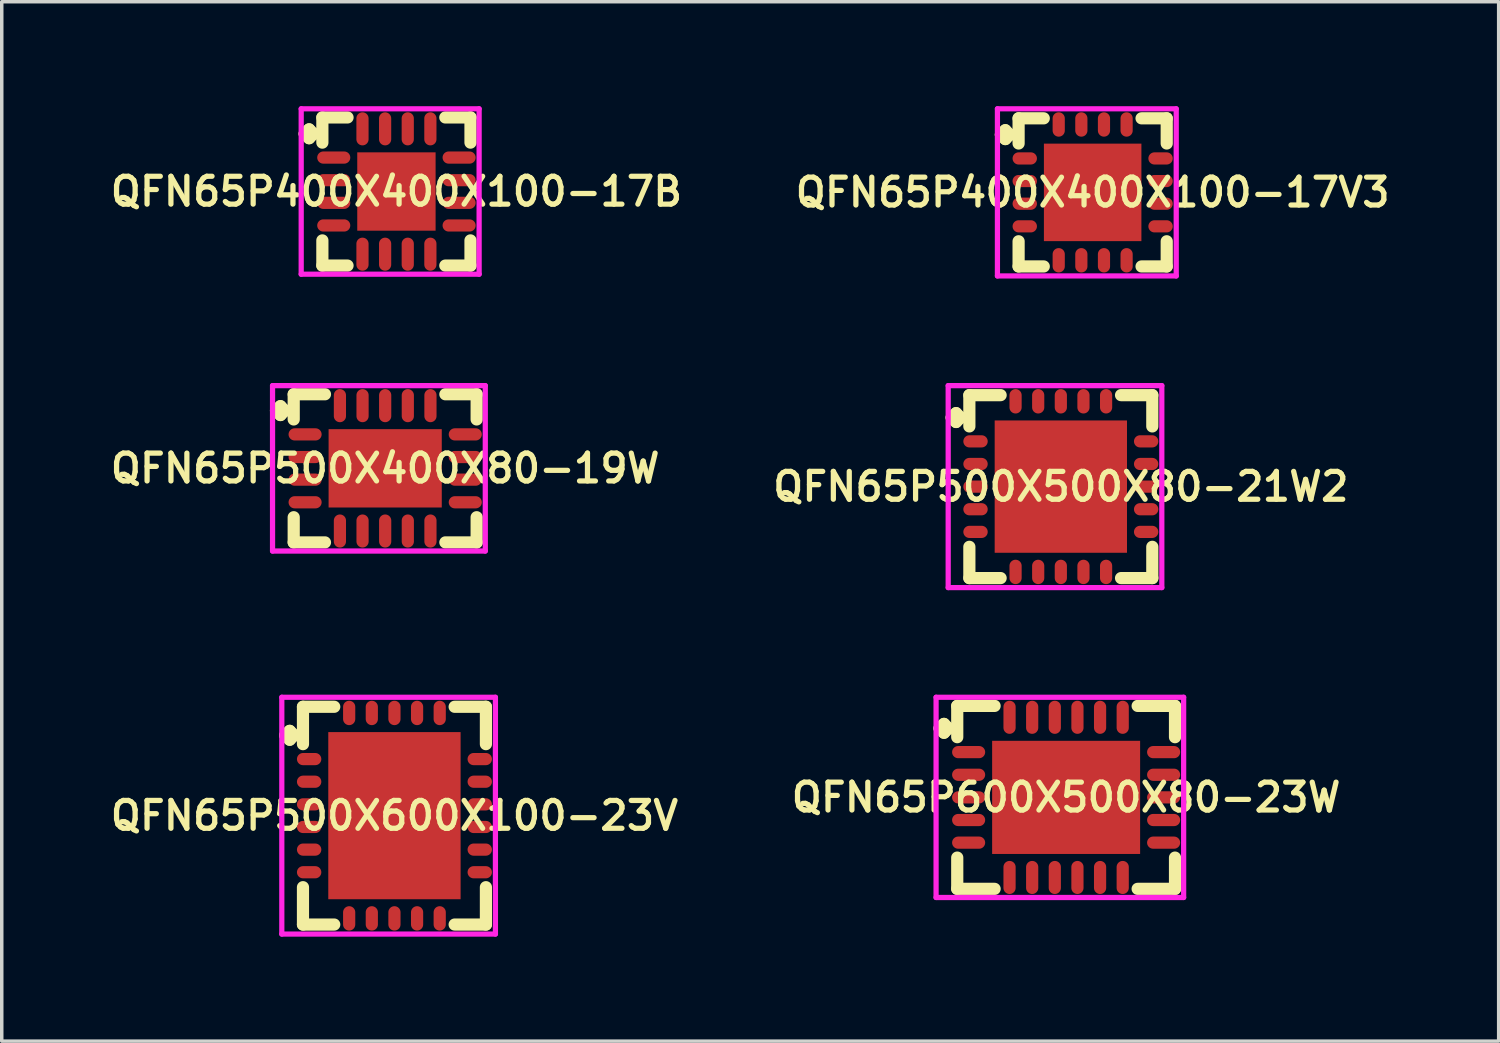
<source format=kicad_pcb>
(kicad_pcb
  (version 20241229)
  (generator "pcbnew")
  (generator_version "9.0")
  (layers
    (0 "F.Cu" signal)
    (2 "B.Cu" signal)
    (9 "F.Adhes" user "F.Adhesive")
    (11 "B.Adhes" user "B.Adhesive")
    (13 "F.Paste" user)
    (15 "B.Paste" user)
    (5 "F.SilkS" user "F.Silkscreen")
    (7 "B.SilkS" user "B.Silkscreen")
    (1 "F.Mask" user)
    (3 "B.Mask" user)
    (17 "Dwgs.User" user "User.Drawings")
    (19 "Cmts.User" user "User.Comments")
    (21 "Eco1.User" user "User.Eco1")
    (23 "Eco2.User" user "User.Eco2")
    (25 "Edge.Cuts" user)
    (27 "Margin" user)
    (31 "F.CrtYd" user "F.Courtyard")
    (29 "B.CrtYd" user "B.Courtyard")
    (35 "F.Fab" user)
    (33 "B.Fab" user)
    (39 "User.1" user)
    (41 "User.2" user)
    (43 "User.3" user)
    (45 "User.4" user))
  (footprint "QFN65P400X400X100-17B"
    (layer "F.Cu")
    (at 8.335 2.45)
    (property "Reference" "QFN65P400X400X100-17B" (at 0 0 0) (layer "F.SilkS") (effects (font (size 0.8 0.8) (thickness 0.15))))
    (attr smd)
    (fp_line (start -2.635 -1.658) (end -2.508 -1.785) (stroke (width 0.35) (type solid)) (layer "F.SilkS"))
    (fp_line (start -2.508 -1.785) (end -2.381 -1.658) (stroke (width 0.35) (type solid)) (layer "F.SilkS"))
    (fp_line (start -2.508 -1.531) (end -2.635 -1.658) (stroke (width 0.35) (type solid)) (layer "F.SilkS"))
    (fp_line (start -2.381 -1.658) (end -2.508 -1.531) (stroke (width 0.35) (type solid)) (layer "F.SilkS"))
    (fp_line (start -2.127 -2.127) (end -1.404 -2.127) (stroke (width 0.35) (type solid)) (layer "F.SilkS"))
    (fp_line (start -2.127 -1.404) (end -2.127 -2.127) (stroke (width 0.35) (type solid)) (layer "F.SilkS"))
    (fp_line (start -2.127 1.404) (end -2.127 2.127) (stroke (width 0.35) (type solid)) (layer "F.SilkS"))
    (fp_line (start -2.127 2.127) (end -1.404 2.127) (stroke (width 0.35) (type solid)) (layer "F.SilkS"))
    (fp_line (start 1.404 -2.127) (end 2.127 -2.127) (stroke (width 0.35) (type solid)) (layer "F.SilkS"))
    (fp_line (start 1.404 2.127) (end 2.127 2.127) (stroke (width 0.35) (type solid)) (layer "F.SilkS"))
    (fp_line (start 2.127 -2.127) (end 2.127 -1.404) (stroke (width 0.35) (type solid)) (layer "F.SilkS"))
    (fp_line (start 2.127 2.127) (end 2.127 1.404) (stroke (width 0.35) (type solid)) (layer "F.SilkS"))
    (fp_line (start -2.735 -2.375) (end 2.375 -2.375) (stroke (width 0.15) (type solid)) (layer "F.CrtYd"))
    (fp_line (start -2.735 2.375) (end -2.735 -2.375) (stroke (width 0.15) (type solid)) (layer "F.CrtYd"))
    (fp_line (start 2.375 -2.375) (end 2.375 2.375) (stroke (width 0.15) (type solid)) (layer "F.CrtYd"))
    (fp_line (start 2.375 2.375) (end -2.735 2.375) (stroke (width 0.15) (type solid)) (layer "F.CrtYd"))
    (pad "1" smd oval (at -1.8 -0.975) (size 0.95 0.35) (layers "F.Cu" "F.Mask" "F.Paste"))
    (pad "2" smd oval (at -1.8 -0.325) (size 0.95 0.35) (layers "F.Cu" "F.Mask" "F.Paste"))
    (pad "3" smd oval (at -1.8 0.325) (size 0.95 0.35) (layers "F.Cu" "F.Mask" "F.Paste"))
    (pad "4" smd oval (at -1.8 0.975) (size 0.95 0.35) (layers "F.Cu" "F.Mask" "F.Paste"))
    (pad "5" smd oval (at -0.975 1.8) (size 0.35 0.95) (layers "F.Cu" "F.Mask" "F.Paste"))
    (pad "6" smd oval (at -0.325 1.8) (size 0.35 0.95) (layers "F.Cu" "F.Mask" "F.Paste"))
    (pad "7" smd oval (at 0.325 1.8) (size 0.35 0.95) (layers "F.Cu" "F.Mask" "F.Paste"))
    (pad "8" smd oval (at 0.975 1.8) (size 0.35 0.95) (layers "F.Cu" "F.Mask" "F.Paste"))
    (pad "9" smd oval (at 1.8 0.975) (size 0.95 0.35) (layers "F.Cu" "F.Mask" "F.Paste"))
    (pad "10" smd oval (at 1.8 0.325) (size 0.95 0.35) (layers "F.Cu" "F.Mask" "F.Paste"))
    (pad "11" smd oval (at 1.8 -0.325) (size 0.95 0.35) (layers "F.Cu" "F.Mask" "F.Paste"))
    (pad "12" smd oval (at 1.8 -0.975) (size 0.95 0.35) (layers "F.Cu" "F.Mask" "F.Paste"))
    (pad "13" smd oval (at 0.975 -1.8) (size 0.35 0.95) (layers "F.Cu" "F.Mask" "F.Paste"))
    (pad "14" smd oval (at 0.325 -1.8) (size 0.35 0.95) (layers "F.Cu" "F.Mask" "F.Paste"))
    (pad "15" smd oval (at -0.325 -1.8) (size 0.35 0.95) (layers "F.Cu" "F.Mask" "F.Paste"))
    (pad "16" smd oval (at -0.975 -1.8) (size 0.35 0.95) (layers "F.Cu" "F.Mask" "F.Paste"))
    (pad "17" smd rect (at 0 0) (size 2.25 2.25) (layers "F.Cu" "F.Mask" "F.Paste")))
  (footprint "QFN65P500X400X80-19W"
    (layer "F.Cu")
    (at 8.012 10.4)
    (property "Reference" "QFN65P500X400X80-19W" (at 0 0 0) (layer "F.SilkS") (effects (font (size 0.8 0.8) (thickness 0.15))))
    (attr smd)
    (fp_line (start -3.135 -1.658) (end -3.008 -1.785) (stroke (width 0.35) (type solid)) (layer "F.SilkS"))
    (fp_line (start -3.008 -1.785) (end -2.881 -1.658) (stroke (width 0.35) (type solid)) (layer "F.SilkS"))
    (fp_line (start -3.008 -1.531) (end -3.135 -1.658) (stroke (width 0.35) (type solid)) (layer "F.SilkS"))
    (fp_line (start -2.881 -1.658) (end -3.008 -1.531) (stroke (width 0.35) (type solid)) (layer "F.SilkS"))
    (fp_line (start -2.627 -2.127) (end -1.729 -2.127) (stroke (width 0.35) (type solid)) (layer "F.SilkS"))
    (fp_line (start -2.627 -1.404) (end -2.627 -2.127) (stroke (width 0.35) (type solid)) (layer "F.SilkS"))
    (fp_line (start -2.627 1.404) (end -2.627 2.127) (stroke (width 0.35) (type solid)) (layer "F.SilkS"))
    (fp_line (start -2.627 2.127) (end -1.729 2.127) (stroke (width 0.35) (type solid)) (layer "F.SilkS"))
    (fp_line (start 1.729 -2.127) (end 2.627 -2.127) (stroke (width 0.35) (type solid)) (layer "F.SilkS"))
    (fp_line (start 1.729 2.127) (end 2.627 2.127) (stroke (width 0.35) (type solid)) (layer "F.SilkS"))
    (fp_line (start 2.627 -2.127) (end 2.627 -1.404) (stroke (width 0.35) (type solid)) (layer "F.SilkS"))
    (fp_line (start 2.627 2.127) (end 2.627 1.404) (stroke (width 0.35) (type solid)) (layer "F.SilkS"))
    (fp_line (start -3.235 -2.375) (end 2.875 -2.375) (stroke (width 0.15) (type solid)) (layer "F.CrtYd"))
    (fp_line (start -3.235 2.375) (end -3.235 -2.375) (stroke (width 0.15) (type solid)) (layer "F.CrtYd"))
    (fp_line (start 2.875 -2.375) (end 2.875 2.375) (stroke (width 0.15) (type solid)) (layer "F.CrtYd"))
    (fp_line (start 2.875 2.375) (end -3.235 2.375) (stroke (width 0.15) (type solid)) (layer "F.CrtYd"))
    (pad "1" smd oval (at -2.3 -0.975) (size 0.95 0.35) (layers "F.Cu" "F.Mask" "F.Paste"))
    (pad "2" smd oval (at -2.3 -0.325) (size 0.95 0.35) (layers "F.Cu" "F.Mask" "F.Paste"))
    (pad "3" smd oval (at -2.3 0.325) (size 0.95 0.35) (layers "F.Cu" "F.Mask" "F.Paste"))
    (pad "4" smd oval (at -2.3 0.975) (size 0.95 0.35) (layers "F.Cu" "F.Mask" "F.Paste"))
    (pad "5" smd oval (at -1.3 1.8) (size 0.35 0.95) (layers "F.Cu" "F.Mask" "F.Paste"))
    (pad "6" smd oval (at -0.65 1.8) (size 0.35 0.95) (layers "F.Cu" "F.Mask" "F.Paste"))
    (pad "7" smd oval (at 0 1.8) (size 0.35 0.95) (layers "F.Cu" "F.Mask" "F.Paste"))
    (pad "8" smd oval (at 0.65 1.8) (size 0.35 0.95) (layers "F.Cu" "F.Mask" "F.Paste"))
    (pad "9" smd oval (at 1.3 1.8) (size 0.35 0.95) (layers "F.Cu" "F.Mask" "F.Paste"))
    (pad "10" smd oval (at 2.3 0.975) (size 0.95 0.35) (layers "F.Cu" "F.Mask" "F.Paste"))
    (pad "11" smd oval (at 2.3 0.325) (size 0.95 0.35) (layers "F.Cu" "F.Mask" "F.Paste"))
    (pad "12" smd oval (at 2.3 -0.325) (size 0.95 0.35) (layers "F.Cu" "F.Mask" "F.Paste"))
    (pad "13" smd oval (at 2.3 -0.975) (size 0.95 0.35) (layers "F.Cu" "F.Mask" "F.Paste"))
    (pad "14" smd oval (at 1.3 -1.8) (size 0.35 0.95) (layers "F.Cu" "F.Mask" "F.Paste"))
    (pad "15" smd oval (at 0.65 -1.8) (size 0.35 0.95) (layers "F.Cu" "F.Mask" "F.Paste"))
    (pad "16" smd oval (at 0 -1.8) (size 0.35 0.95) (layers "F.Cu" "F.Mask" "F.Paste"))
    (pad "17" smd oval (at -0.65 -1.8) (size 0.35 0.95) (layers "F.Cu" "F.Mask" "F.Paste"))
    (pad "18" smd oval (at -1.3 -1.8) (size 0.35 0.95) (layers "F.Cu" "F.Mask" "F.Paste"))
    (pad "19" smd rect (at 0 0) (size 3.25 2.25) (layers "F.Cu" "F.Mask" "F.Paste")))
  (footprint "QFN65P600X500X80-23W"
    (layer "F.Cu")
    (at 27.568 19.85)
    (property "Reference" "QFN65P600X500X80-23W" (at 0 0 0) (layer "F.SilkS") (effects (font (size 0.8 0.8) (thickness 0.15))))
    (attr smd)
    (fp_line (start -3.635 -1.983) (end -3.508 -2.11) (stroke (width 0.35) (type solid)) (layer "F.SilkS"))
    (fp_line (start -3.508 -2.11) (end -3.381 -1.983) (stroke (width 0.35) (type solid)) (layer "F.SilkS"))
    (fp_line (start -3.508 -1.856) (end -3.635 -1.983) (stroke (width 0.35) (type solid)) (layer "F.SilkS"))
    (fp_line (start -3.381 -1.983) (end -3.508 -1.856) (stroke (width 0.35) (type solid)) (layer "F.SilkS"))
    (fp_line (start -3.127 -2.627) (end -2.054 -2.627) (stroke (width 0.35) (type solid)) (layer "F.SilkS"))
    (fp_line (start -3.127 -1.729) (end -3.127 -2.627) (stroke (width 0.35) (type solid)) (layer "F.SilkS"))
    (fp_line (start -3.127 1.729) (end -3.127 2.627) (stroke (width 0.35) (type solid)) (layer "F.SilkS"))
    (fp_line (start -3.127 2.627) (end -2.054 2.627) (stroke (width 0.35) (type solid)) (layer "F.SilkS"))
    (fp_line (start 2.054 -2.627) (end 3.127 -2.627) (stroke (width 0.35) (type solid)) (layer "F.SilkS"))
    (fp_line (start 2.054 2.627) (end 3.127 2.627) (stroke (width 0.35) (type solid)) (layer "F.SilkS"))
    (fp_line (start 3.127 -2.627) (end 3.127 -1.729) (stroke (width 0.35) (type solid)) (layer "F.SilkS"))
    (fp_line (start 3.127 2.627) (end 3.127 1.729) (stroke (width 0.35) (type solid)) (layer "F.SilkS"))
    (fp_line (start -3.735 -2.875) (end 3.375 -2.875) (stroke (width 0.15) (type solid)) (layer "F.CrtYd"))
    (fp_line (start -3.735 2.875) (end -3.735 -2.875) (stroke (width 0.15) (type solid)) (layer "F.CrtYd"))
    (fp_line (start 3.375 -2.875) (end 3.375 2.875) (stroke (width 0.15) (type solid)) (layer "F.CrtYd"))
    (fp_line (start 3.375 2.875) (end -3.735 2.875) (stroke (width 0.15) (type solid)) (layer "F.CrtYd"))
    (pad "1" smd oval (at -2.8 -1.3) (size 0.95 0.35) (layers "F.Cu" "F.Mask" "F.Paste"))
    (pad "2" smd oval (at -2.8 -0.65) (size 0.95 0.35) (layers "F.Cu" "F.Mask" "F.Paste"))
    (pad "3" smd oval (at -2.8 0) (size 0.95 0.35) (layers "F.Cu" "F.Mask" "F.Paste"))
    (pad "4" smd oval (at -2.8 0.65) (size 0.95 0.35) (layers "F.Cu" "F.Mask" "F.Paste"))
    (pad "5" smd oval (at -2.8 1.3) (size 0.95 0.35) (layers "F.Cu" "F.Mask" "F.Paste"))
    (pad "6" smd oval (at -1.625 2.3) (size 0.35 0.95) (layers "F.Cu" "F.Mask" "F.Paste"))
    (pad "7" smd oval (at -0.975 2.3) (size 0.35 0.95) (layers "F.Cu" "F.Mask" "F.Paste"))
    (pad "8" smd oval (at -0.325 2.3) (size 0.35 0.95) (layers "F.Cu" "F.Mask" "F.Paste"))
    (pad "9" smd oval (at 0.325 2.3) (size 0.35 0.95) (layers "F.Cu" "F.Mask" "F.Paste"))
    (pad "10" smd oval (at 0.975 2.3) (size 0.35 0.95) (layers "F.Cu" "F.Mask" "F.Paste"))
    (pad "11" smd oval (at 1.625 2.3) (size 0.35 0.95) (layers "F.Cu" "F.Mask" "F.Paste"))
    (pad "12" smd oval (at 2.8 1.3) (size 0.95 0.35) (layers "F.Cu" "F.Mask" "F.Paste"))
    (pad "13" smd oval (at 2.8 0.65) (size 0.95 0.35) (layers "F.Cu" "F.Mask" "F.Paste"))
    (pad "14" smd oval (at 2.8 0) (size 0.95 0.35) (layers "F.Cu" "F.Mask" "F.Paste"))
    (pad "15" smd oval (at 2.8 -0.65) (size 0.95 0.35) (layers "F.Cu" "F.Mask" "F.Paste"))
    (pad "16" smd oval (at 2.8 -1.3) (size 0.95 0.35) (layers "F.Cu" "F.Mask" "F.Paste"))
    (pad "17" smd oval (at 1.625 -2.3) (size 0.35 0.95) (layers "F.Cu" "F.Mask" "F.Paste"))
    (pad "18" smd oval (at 0.975 -2.3) (size 0.35 0.95) (layers "F.Cu" "F.Mask" "F.Paste"))
    (pad "19" smd oval (at 0.325 -2.3) (size 0.35 0.95) (layers "F.Cu" "F.Mask" "F.Paste"))
    (pad "20" smd oval (at -0.325 -2.3) (size 0.35 0.95) (layers "F.Cu" "F.Mask" "F.Paste"))
    (pad "21" smd oval (at -0.975 -2.3) (size 0.35 0.95) (layers "F.Cu" "F.Mask" "F.Paste"))
    (pad "22" smd oval (at -1.625 -2.3) (size 0.35 0.95) (layers "F.Cu" "F.Mask" "F.Paste"))
    (pad "23" smd rect (at 0 0) (size 4.25 3.25) (layers "F.Cu" "F.Mask" "F.Paste")))
  (footprint "QFN65P500X500X80-21W2"
    (layer "F.Cu")
    (at 27.416 10.925)
    (property "Reference" "QFN65P500X500X80-21W2" (at 0 0 0) (layer "F.SilkS") (effects (font (size 0.8 0.8) (thickness 0.15))))
    (attr smd)
    (fp_line (start -3.135 -1.983) (end -3.008 -2.11) (stroke (width 0.35) (type solid)) (layer "F.SilkS"))
    (fp_line (start -3.008 -2.11) (end -2.881 -1.983) (stroke (width 0.35) (type solid)) (layer "F.SilkS"))
    (fp_line (start -3.008 -1.856) (end -3.135 -1.983) (stroke (width 0.35) (type solid)) (layer "F.SilkS"))
    (fp_line (start -2.881 -1.983) (end -3.008 -1.856) (stroke (width 0.35) (type solid)) (layer "F.SilkS"))
    (fp_line (start -2.627 -2.627) (end -1.729 -2.627) (stroke (width 0.35) (type solid)) (layer "F.SilkS"))
    (fp_line (start -2.627 -1.729) (end -2.627 -2.627) (stroke (width 0.35) (type solid)) (layer "F.SilkS"))
    (fp_line (start -2.627 1.729) (end -2.627 2.627) (stroke (width 0.35) (type solid)) (layer "F.SilkS"))
    (fp_line (start -2.627 2.627) (end -1.729 2.627) (stroke (width 0.35) (type solid)) (layer "F.SilkS"))
    (fp_line (start 1.729 -2.627) (end 2.627 -2.627) (stroke (width 0.35) (type solid)) (layer "F.SilkS"))
    (fp_line (start 1.729 2.627) (end 2.627 2.627) (stroke (width 0.35) (type solid)) (layer "F.SilkS"))
    (fp_line (start 2.627 -2.627) (end 2.627 -1.729) (stroke (width 0.35) (type solid)) (layer "F.SilkS"))
    (fp_line (start 2.627 2.627) (end 2.627 1.729) (stroke (width 0.35) (type solid)) (layer "F.SilkS"))
    (fp_line (start -3.235 -2.9) (end 2.9 -2.9) (stroke (width 0.15) (type solid)) (layer "F.CrtYd"))
    (fp_line (start -3.235 2.9) (end -3.235 -2.9) (stroke (width 0.15) (type solid)) (layer "F.CrtYd"))
    (fp_line (start 2.9 -2.9) (end 2.9 2.9) (stroke (width 0.15) (type solid)) (layer "F.CrtYd"))
    (fp_line (start 2.9 2.9) (end -3.235 2.9) (stroke (width 0.15) (type solid)) (layer "F.CrtYd"))
    (pad "1" smd oval (at -2.45 -1.3) (size 0.7 0.35) (layers "F.Cu" "F.Mask" "F.Paste"))
    (pad "2" smd oval (at -2.45 -0.65) (size 0.7 0.35) (layers "F.Cu" "F.Mask" "F.Paste"))
    (pad "3" smd oval (at -2.45 0) (size 0.7 0.35) (layers "F.Cu" "F.Mask" "F.Paste"))
    (pad "4" smd oval (at -2.45 0.65) (size 0.7 0.35) (layers "F.Cu" "F.Mask" "F.Paste"))
    (pad "5" smd oval (at -2.45 1.3) (size 0.7 0.35) (layers "F.Cu" "F.Mask" "F.Paste"))
    (pad "6" smd oval (at -1.3 2.45) (size 0.35 0.7) (layers "F.Cu" "F.Mask" "F.Paste"))
    (pad "7" smd oval (at -0.65 2.45) (size 0.35 0.7) (layers "F.Cu" "F.Mask" "F.Paste"))
    (pad "8" smd oval (at 0 2.45) (size 0.35 0.7) (layers "F.Cu" "F.Mask" "F.Paste"))
    (pad "9" smd oval (at 0.65 2.45) (size 0.35 0.7) (layers "F.Cu" "F.Mask" "F.Paste"))
    (pad "10" smd oval (at 1.3 2.45) (size 0.35 0.7) (layers "F.Cu" "F.Mask" "F.Paste"))
    (pad "11" smd oval (at 2.45 1.3) (size 0.7 0.35) (layers "F.Cu" "F.Mask" "F.Paste"))
    (pad "12" smd oval (at 2.45 0.65) (size 0.7 0.35) (layers "F.Cu" "F.Mask" "F.Paste"))
    (pad "13" smd oval (at 2.45 0) (size 0.7 0.35) (layers "F.Cu" "F.Mask" "F.Paste"))
    (pad "14" smd oval (at 2.45 -0.65) (size 0.7 0.35) (layers "F.Cu" "F.Mask" "F.Paste"))
    (pad "15" smd oval (at 2.45 -1.3) (size 0.7 0.35) (layers "F.Cu" "F.Mask" "F.Paste"))
    (pad "16" smd oval (at 1.3 -2.45) (size 0.35 0.7) (layers "F.Cu" "F.Mask" "F.Paste"))
    (pad "17" smd oval (at 0.65 -2.45) (size 0.35 0.7) (layers "F.Cu" "F.Mask" "F.Paste"))
    (pad "18" smd oval (at 0 -2.45) (size 0.35 0.7) (layers "F.Cu" "F.Mask" "F.Paste"))
    (pad "19" smd oval (at -0.65 -2.45) (size 0.35 0.7) (layers "F.Cu" "F.Mask" "F.Paste"))
    (pad "20" smd oval (at -1.3 -2.45) (size 0.35 0.7) (layers "F.Cu" "F.Mask" "F.Paste"))
    (pad "21" smd rect (at 0 0) (size 3.8 3.8) (layers "F.Cu" "F.Mask" "F.Paste")))
  (footprint "QFN65P500X600X100-23V"
    (layer "F.Cu")
    (at 8.278 20.375)
    (property "Reference" "QFN65P500X600X100-23V" (at 0 0 0) (layer "F.SilkS") (effects (font (size 0.8 0.8) (thickness 0.15))))
    (attr smd)
    (fp_line (start -3.135 -2.308) (end -3.008 -2.435) (stroke (width 0.35) (type solid)) (layer "F.SilkS"))
    (fp_line (start -3.008 -2.435) (end -2.881 -2.308) (stroke (width 0.35) (type solid)) (layer "F.SilkS"))
    (fp_line (start -3.008 -2.181) (end -3.135 -2.308) (stroke (width 0.35) (type solid)) (layer "F.SilkS"))
    (fp_line (start -2.881 -2.308) (end -3.008 -2.181) (stroke (width 0.35) (type solid)) (layer "F.SilkS"))
    (fp_line (start -2.627 -3.127) (end -1.729 -3.127) (stroke (width 0.35) (type solid)) (layer "F.SilkS"))
    (fp_line (start -2.627 -2.054) (end -2.627 -3.127) (stroke (width 0.35) (type solid)) (layer "F.SilkS"))
    (fp_line (start -2.627 2.054) (end -2.627 3.127) (stroke (width 0.35) (type solid)) (layer "F.SilkS"))
    (fp_line (start -2.627 3.127) (end -1.729 3.127) (stroke (width 0.35) (type solid)) (layer "F.SilkS"))
    (fp_line (start 1.729 -3.127) (end 2.627 -3.127) (stroke (width 0.35) (type solid)) (layer "F.SilkS"))
    (fp_line (start 1.729 3.127) (end 2.627 3.127) (stroke (width 0.35) (type solid)) (layer "F.SilkS"))
    (fp_line (start 2.627 -3.127) (end 2.627 -2.054) (stroke (width 0.35) (type solid)) (layer "F.SilkS"))
    (fp_line (start 2.627 3.127) (end 2.627 2.054) (stroke (width 0.35) (type solid)) (layer "F.SilkS"))
    (fp_line (start -3.235 -3.4) (end 2.9 -3.4) (stroke (width 0.15) (type solid)) (layer "F.CrtYd"))
    (fp_line (start -3.235 3.4) (end -3.235 -3.4) (stroke (width 0.15) (type solid)) (layer "F.CrtYd"))
    (fp_line (start 2.9 -3.4) (end 2.9 3.4) (stroke (width 0.15) (type solid)) (layer "F.CrtYd"))
    (fp_line (start 2.9 3.4) (end -3.235 3.4) (stroke (width 0.15) (type solid)) (layer "F.CrtYd"))
    (pad "1" smd oval (at -2.45 -1.625) (size 0.7 0.35) (layers "F.Cu" "F.Mask" "F.Paste"))
    (pad "2" smd oval (at -2.45 -0.975) (size 0.7 0.35) (layers "F.Cu" "F.Mask" "F.Paste"))
    (pad "3" smd oval (at -2.45 -0.325) (size 0.7 0.35) (layers "F.Cu" "F.Mask" "F.Paste"))
    (pad "4" smd oval (at -2.45 0.325) (size 0.7 0.35) (layers "F.Cu" "F.Mask" "F.Paste"))
    (pad "5" smd oval (at -2.45 0.975) (size 0.7 0.35) (layers "F.Cu" "F.Mask" "F.Paste"))
    (pad "6" smd oval (at -2.45 1.625) (size 0.7 0.35) (layers "F.Cu" "F.Mask" "F.Paste"))
    (pad "7" smd oval (at -1.3 2.95) (size 0.35 0.7) (layers "F.Cu" "F.Mask" "F.Paste"))
    (pad "8" smd oval (at -0.65 2.95) (size 0.35 0.7) (layers "F.Cu" "F.Mask" "F.Paste"))
    (pad "9" smd oval (at 0 2.95) (size 0.35 0.7) (layers "F.Cu" "F.Mask" "F.Paste"))
    (pad "10" smd oval (at 0.65 2.95) (size 0.35 0.7) (layers "F.Cu" "F.Mask" "F.Paste"))
    (pad "11" smd oval (at 1.3 2.95) (size 0.35 0.7) (layers "F.Cu" "F.Mask" "F.Paste"))
    (pad "12" smd oval (at 2.45 1.625) (size 0.7 0.35) (layers "F.Cu" "F.Mask" "F.Paste"))
    (pad "13" smd oval (at 2.45 0.975) (size 0.7 0.35) (layers "F.Cu" "F.Mask" "F.Paste"))
    (pad "14" smd oval (at 2.45 0.325) (size 0.7 0.35) (layers "F.Cu" "F.Mask" "F.Paste"))
    (pad "15" smd oval (at 2.45 -0.325) (size 0.7 0.35) (layers "F.Cu" "F.Mask" "F.Paste"))
    (pad "16" smd oval (at 2.45 -0.975) (size 0.7 0.35) (layers "F.Cu" "F.Mask" "F.Paste"))
    (pad "17" smd oval (at 2.45 -1.625) (size 0.7 0.35) (layers "F.Cu" "F.Mask" "F.Paste"))
    (pad "18" smd oval (at 1.3 -2.95) (size 0.35 0.7) (layers "F.Cu" "F.Mask" "F.Paste"))
    (pad "19" smd oval (at 0.65 -2.95) (size 0.35 0.7) (layers "F.Cu" "F.Mask" "F.Paste"))
    (pad "20" smd oval (at 0 -2.95) (size 0.35 0.7) (layers "F.Cu" "F.Mask" "F.Paste"))
    (pad "21" smd oval (at -0.65 -2.95) (size 0.35 0.7) (layers "F.Cu" "F.Mask" "F.Paste"))
    (pad "22" smd oval (at -1.3 -2.95) (size 0.35 0.7) (layers "F.Cu" "F.Mask" "F.Paste"))
    (pad "23" smd rect (at 0 0) (size 3.8 4.8) (layers "F.Cu" "F.Mask" "F.Paste")))
  (footprint "QFN65P400X400X100-17V3"
    (layer "F.Cu")
    (at 28.33 2.475)
    (property "Reference" "QFN65P400X400X100-17V3" (at 0 0 0) (layer "F.SilkS") (effects (font (size 0.8 0.8) (thickness 0.15))))
    (attr smd)
    (fp_line (start -2.635 -1.658) (end -2.508 -1.785) (stroke (width 0.35) (type solid)) (layer "F.SilkS"))
    (fp_line (start -2.508 -1.785) (end -2.381 -1.658) (stroke (width 0.35) (type solid)) (layer "F.SilkS"))
    (fp_line (start -2.508 -1.531) (end -2.635 -1.658) (stroke (width 0.35) (type solid)) (layer "F.SilkS"))
    (fp_line (start -2.381 -1.658) (end -2.508 -1.531) (stroke (width 0.35) (type solid)) (layer "F.SilkS"))
    (fp_line (start -2.127 -2.127) (end -1.404 -2.127) (stroke (width 0.35) (type solid)) (layer "F.SilkS"))
    (fp_line (start -2.127 -1.404) (end -2.127 -2.127) (stroke (width 0.35) (type solid)) (layer "F.SilkS"))
    (fp_line (start -2.127 1.404) (end -2.127 2.127) (stroke (width 0.35) (type solid)) (layer "F.SilkS"))
    (fp_line (start -2.127 2.127) (end -1.404 2.127) (stroke (width 0.35) (type solid)) (layer "F.SilkS"))
    (fp_line (start 1.404 -2.127) (end 2.127 -2.127) (stroke (width 0.35) (type solid)) (layer "F.SilkS"))
    (fp_line (start 1.404 2.127) (end 2.127 2.127) (stroke (width 0.35) (type solid)) (layer "F.SilkS"))
    (fp_line (start 2.127 -2.127) (end 2.127 -1.404) (stroke (width 0.35) (type solid)) (layer "F.SilkS"))
    (fp_line (start 2.127 2.127) (end 2.127 1.404) (stroke (width 0.35) (type solid)) (layer "F.SilkS"))
    (fp_line (start -2.735 -2.4) (end 2.4 -2.4) (stroke (width 0.15) (type solid)) (layer "F.CrtYd"))
    (fp_line (start -2.735 2.4) (end -2.735 -2.4) (stroke (width 0.15) (type solid)) (layer "F.CrtYd"))
    (fp_line (start 2.4 -2.4) (end 2.4 2.4) (stroke (width 0.15) (type solid)) (layer "F.CrtYd"))
    (fp_line (start 2.4 2.4) (end -2.735 2.4) (stroke (width 0.15) (type solid)) (layer "F.CrtYd"))
    (pad "1" smd oval (at -1.95 -0.975) (size 0.7 0.35) (layers "F.Cu" "F.Mask" "F.Paste"))
    (pad "2" smd oval (at -1.95 -0.325) (size 0.7 0.35) (layers "F.Cu" "F.Mask" "F.Paste"))
    (pad "3" smd oval (at -1.95 0.325) (size 0.7 0.35) (layers "F.Cu" "F.Mask" "F.Paste"))
    (pad "4" smd oval (at -1.95 0.975) (size 0.7 0.35) (layers "F.Cu" "F.Mask" "F.Paste"))
    (pad "5" smd oval (at -0.975 1.95) (size 0.35 0.7) (layers "F.Cu" "F.Mask" "F.Paste"))
    (pad "6" smd oval (at -0.325 1.95) (size 0.35 0.7) (layers "F.Cu" "F.Mask" "F.Paste"))
    (pad "7" smd oval (at 0.325 1.95) (size 0.35 0.7) (layers "F.Cu" "F.Mask" "F.Paste"))
    (pad "8" smd oval (at 0.975 1.95) (size 0.35 0.7) (layers "F.Cu" "F.Mask" "F.Paste"))
    (pad "9" smd oval (at 1.95 0.975) (size 0.7 0.35) (layers "F.Cu" "F.Mask" "F.Paste"))
    (pad "10" smd oval (at 1.95 0.325) (size 0.7 0.35) (layers "F.Cu" "F.Mask" "F.Paste"))
    (pad "11" smd oval (at 1.95 -0.325) (size 0.7 0.35) (layers "F.Cu" "F.Mask" "F.Paste"))
    (pad "12" smd oval (at 1.95 -0.975) (size 0.7 0.35) (layers "F.Cu" "F.Mask" "F.Paste"))
    (pad "13" smd oval (at 0.975 -1.95) (size 0.35 0.7) (layers "F.Cu" "F.Mask" "F.Paste"))
    (pad "14" smd oval (at 0.325 -1.95) (size 0.35 0.7) (layers "F.Cu" "F.Mask" "F.Paste"))
    (pad "15" smd oval (at -0.325 -1.95) (size 0.35 0.7) (layers "F.Cu" "F.Mask" "F.Paste"))
    (pad "16" smd oval (at -0.975 -1.95) (size 0.35 0.7) (layers "F.Cu" "F.Mask" "F.Paste"))
    (pad "17" smd rect (at 0 0) (size 2.8 2.8) (layers "F.Cu" "F.Mask" "F.Paste")))
  (gr_rect
    (start -3 -3)
    (end 39.99 26.85)
    (stroke (width 0.1) (type default))
    (fill no)
    (layer "Edge.Cuts")))
</source>
